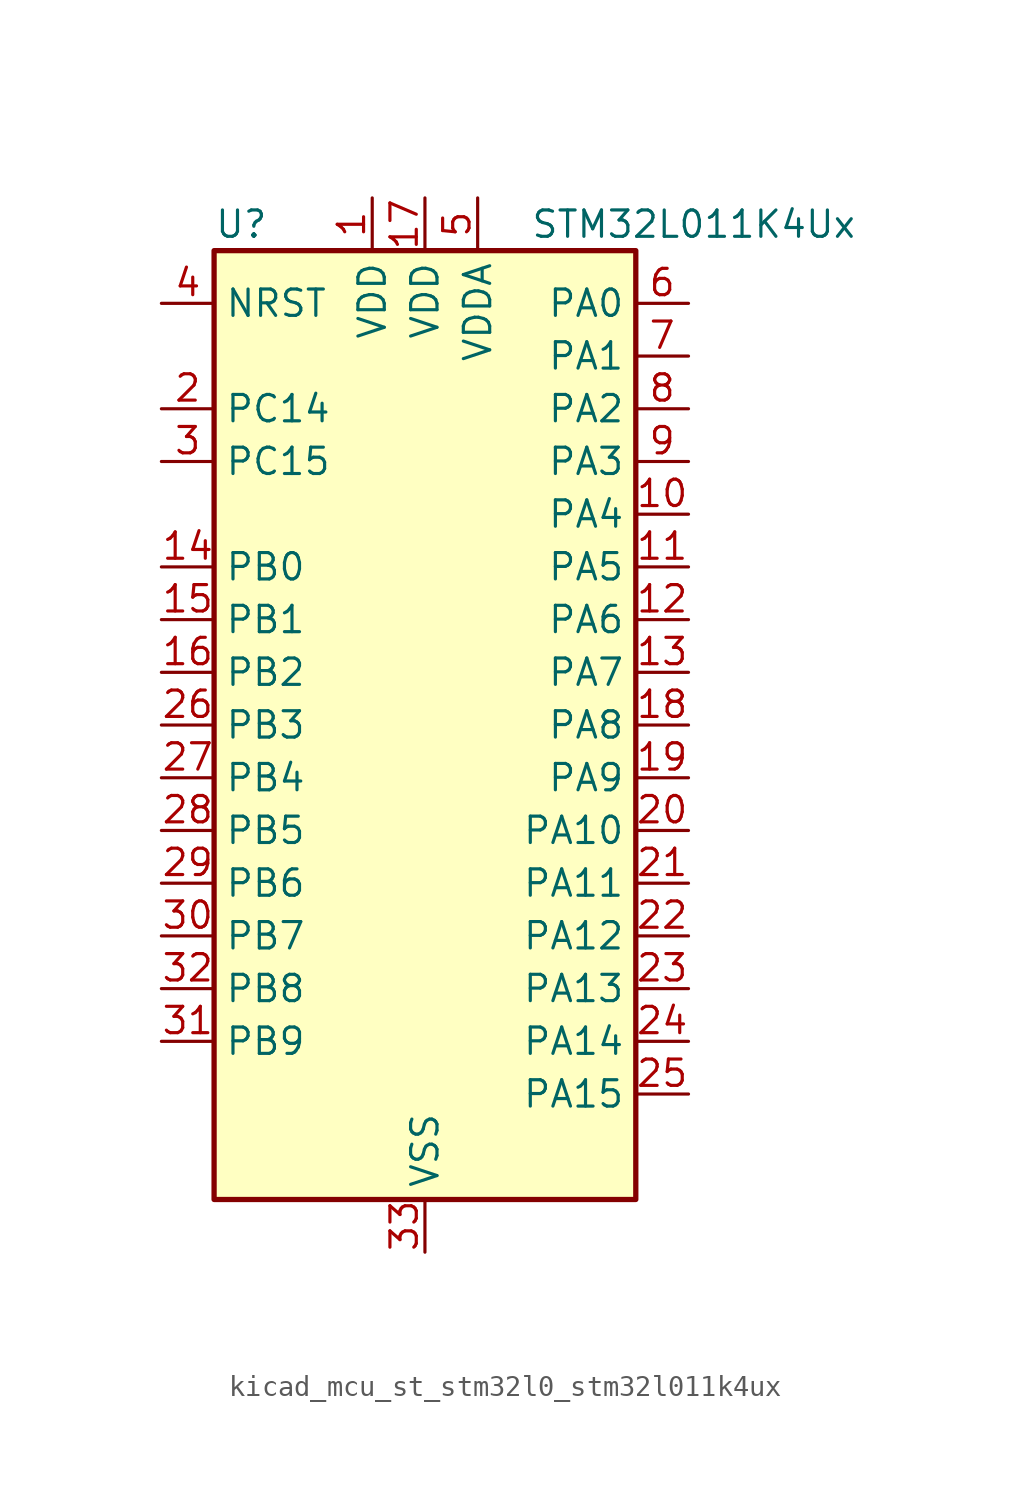
<source format=kicad_sym>
(kicad_symbol_lib
  (version 20220914)
  (generator kicad_symbol_editor)
  (symbol "kicad_mcu_st_stm32l0_stm32l011k4ux"
    (property "Reference" "U"
      (at -10.16 24.13 0)
      (effects (font (size 1.27 1.27)) (justify left)))
    (property "Value" "STM32L011K4Ux"
      (at 5.08 24.13 0)
      (effects (font (size 1.27 1.27)) (justify left)))
    (property "ki_locked" ""
      (at 0 0 0)
      (effects (font (size 1.27 1.27))))
    (symbol "kicad_mcu_st_stm32l0_stm32l011k4ux_0_1"
      (rectangle (start -10.16 -22.86) (end 10.16 22.86) (stroke (width 0.254) (type default)) (fill (type background))))
    (symbol "kicad_mcu_st_stm32l0_stm32l011k4ux_1_1"
      (pin power_in line (at -2.54 25.4 270) (length 2.54) (name "VDD" (effects (font (size 1.27 1.27)))) (number "1" (effects (font (size 1.27 1.27)))))
      (pin bidirectional line (at 12.7 10.16 180) (length 2.54) (name "PA4" (effects (font (size 1.27 1.27)))) (number "10" (effects (font (size 1.27 1.27)))) (alternate "ADC_IN4" bidirectional line) (alternate "COMP1_INM" bidirectional line) (alternate "COMP2_INM" bidirectional line) (alternate "COMP2_OUT" bidirectional line) (alternate "I2C1_SCL" bidirectional line) (alternate "LPTIM1_ETR" bidirectional line) (alternate "LPTIM1_IN1" bidirectional line) (alternate "LPUART1_TX" bidirectional line) (alternate "SPI1_NSS" bidirectional line) (alternate "TIM2_ETR" bidirectional line) (alternate "USART2_CK" bidirectional line))
      (pin bidirectional line (at 12.7 7.62 180) (length 2.54) (name "PA5" (effects (font (size 1.27 1.27)))) (number "11" (effects (font (size 1.27 1.27)))) (alternate "ADC_IN5" bidirectional line) (alternate "COMP1_INM" bidirectional line) (alternate "COMP2_INM" bidirectional line) (alternate "LPTIM1_IN2" bidirectional line) (alternate "SPI1_SCK" bidirectional line) (alternate "TIM2_CH1" bidirectional line) (alternate "TIM2_ETR" bidirectional line))
      (pin bidirectional line (at 12.7 5.08 180) (length 2.54) (name "PA6" (effects (font (size 1.27 1.27)))) (number "12" (effects (font (size 1.27 1.27)))) (alternate "ADC_IN6" bidirectional line) (alternate "COMP1_OUT" bidirectional line) (alternate "LPTIM1_ETR" bidirectional line) (alternate "LPUART1_CTS" bidirectional line) (alternate "SPI1_MISO" bidirectional line))
      (pin bidirectional line (at 12.7 2.54 180) (length 2.54) (name "PA7" (effects (font (size 1.27 1.27)))) (number "13" (effects (font (size 1.27 1.27)))) (alternate "ADC_IN7" bidirectional line) (alternate "COMP2_INP" bidirectional line) (alternate "COMP2_OUT" bidirectional line) (alternate "LPTIM1_OUT" bidirectional line) (alternate "SPI1_MOSI" bidirectional line) (alternate "TIM21_ETR" bidirectional line) (alternate "USART2_CTS" bidirectional line))
      (pin bidirectional line (at -12.7 7.62 0) (length 2.54) (name "PB0" (effects (font (size 1.27 1.27)))) (number "14" (effects (font (size 1.27 1.27)))) (alternate "ADC_IN8" bidirectional line) (alternate "SPI1_MISO" bidirectional line) (alternate "SYS_VREF_OUT_PB0" bidirectional line) (alternate "TIM2_CH2" bidirectional line) (alternate "TIM2_CH3" bidirectional line) (alternate "USART2_DE" bidirectional line) (alternate "USART2_RTS" bidirectional line))
      (pin bidirectional line (at -12.7 5.08 0) (length 2.54) (name "PB1" (effects (font (size 1.27 1.27)))) (number "15" (effects (font (size 1.27 1.27)))) (alternate "ADC_IN9" bidirectional line) (alternate "LPTIM1_IN1" bidirectional line) (alternate "LPUART1_DE" bidirectional line) (alternate "LPUART1_RTS" bidirectional line) (alternate "SPI1_MOSI" bidirectional line) (alternate "SYS_VREF_OUT_PB1" bidirectional line) (alternate "TIM2_CH4" bidirectional line) (alternate "USART2_CK" bidirectional line))
      (pin bidirectional line (at -12.7 2.54 0) (length 2.54) (name "PB2" (effects (font (size 1.27 1.27)))) (number "16" (effects (font (size 1.27 1.27)))) (alternate "LPTIM1_OUT" bidirectional line))
      (pin power_in line (at 0 25.4 270) (length 2.54) (name "VDD" (effects (font (size 1.27 1.27)))) (number "17" (effects (font (size 1.27 1.27)))))
      (pin bidirectional line (at 12.7 0 180) (length 2.54) (name "PA8" (effects (font (size 1.27 1.27)))) (number "18" (effects (font (size 1.27 1.27)))) (alternate "LPTIM1_IN1" bidirectional line) (alternate "RCC_MCO" bidirectional line) (alternate "TIM2_CH1" bidirectional line) (alternate "USART2_CK" bidirectional line))
      (pin bidirectional line (at 12.7 -2.54 180) (length 2.54) (name "PA9" (effects (font (size 1.27 1.27)))) (number "19" (effects (font (size 1.27 1.27)))) (alternate "COMP1_OUT" bidirectional line) (alternate "I2C1_SCL" bidirectional line) (alternate "LPTIM1_OUT" bidirectional line) (alternate "RCC_MCO" bidirectional line) (alternate "TIM21_CH2" bidirectional line) (alternate "USART2_TX" bidirectional line))
      (pin bidirectional line (at -12.7 15.24 0) (length 2.54) (name "PC14" (effects (font (size 1.27 1.27)))) (number "2" (effects (font (size 1.27 1.27)))) (alternate "RCC_OSC32_IN" bidirectional line))
      (pin bidirectional line (at 12.7 -5.08 180) (length 2.54) (name "PA10" (effects (font (size 1.27 1.27)))) (number "20" (effects (font (size 1.27 1.27)))) (alternate "COMP1_OUT" bidirectional line) (alternate "I2C1_SDA" bidirectional line) (alternate "RTC_REFIN" bidirectional line) (alternate "TIM21_CH1" bidirectional line) (alternate "TIM2_CH3" bidirectional line) (alternate "USART2_RX" bidirectional line))
      (pin bidirectional line (at 12.7 -7.62 180) (length 2.54) (name "PA11" (effects (font (size 1.27 1.27)))) (number "21" (effects (font (size 1.27 1.27)))) (alternate "ADC_EXTI11" bidirectional line) (alternate "COMP1_OUT" bidirectional line) (alternate "LPTIM1_OUT" bidirectional line) (alternate "SPI1_MISO" bidirectional line) (alternate "TIM21_CH2" bidirectional line) (alternate "USART2_CTS" bidirectional line))
      (pin bidirectional line (at 12.7 -10.16 180) (length 2.54) (name "PA12" (effects (font (size 1.27 1.27)))) (number "22" (effects (font (size 1.27 1.27)))) (alternate "COMP2_OUT" bidirectional line) (alternate "SPI1_MOSI" bidirectional line) (alternate "USART2_DE" bidirectional line) (alternate "USART2_RTS" bidirectional line))
      (pin bidirectional line (at 12.7 -12.7 180) (length 2.54) (name "PA13" (effects (font (size 1.27 1.27)))) (number "23" (effects (font (size 1.27 1.27)))) (alternate "COMP1_OUT" bidirectional line) (alternate "I2C1_SDA" bidirectional line) (alternate "LPTIM1_ETR" bidirectional line) (alternate "LPUART1_RX" bidirectional line) (alternate "SPI1_SCK" bidirectional line) (alternate "SYS_SWDIO" bidirectional line))
      (pin bidirectional line (at 12.7 -15.24 180) (length 2.54) (name "PA14" (effects (font (size 1.27 1.27)))) (number "24" (effects (font (size 1.27 1.27)))) (alternate "COMP2_OUT" bidirectional line) (alternate "I2C1_SMBA" bidirectional line) (alternate "LPTIM1_OUT" bidirectional line) (alternate "LPUART1_TX" bidirectional line) (alternate "SPI1_MISO" bidirectional line) (alternate "SYS_SWCLK" bidirectional line) (alternate "USART2_TX" bidirectional line))
      (pin bidirectional line (at 12.7 -17.78 180) (length 2.54) (name "PA15" (effects (font (size 1.27 1.27)))) (number "25" (effects (font (size 1.27 1.27)))) (alternate "SPI1_NSS" bidirectional line) (alternate "TIM2_CH1" bidirectional line) (alternate "TIM2_ETR" bidirectional line) (alternate "USART2_RX" bidirectional line))
      (pin bidirectional line (at -12.7 0 0) (length 2.54) (name "PB3" (effects (font (size 1.27 1.27)))) (number "26" (effects (font (size 1.27 1.27)))) (alternate "COMP2_INM" bidirectional line) (alternate "SPI1_SCK" bidirectional line) (alternate "TIM2_CH2" bidirectional line))
      (pin bidirectional line (at -12.7 -2.54 0) (length 2.54) (name "PB4" (effects (font (size 1.27 1.27)))) (number "27" (effects (font (size 1.27 1.27)))) (alternate "COMP2_INP" bidirectional line) (alternate "SPI1_MISO" bidirectional line))
      (pin bidirectional line (at -12.7 -5.08 0) (length 2.54) (name "PB5" (effects (font (size 1.27 1.27)))) (number "28" (effects (font (size 1.27 1.27)))) (alternate "COMP2_INP" bidirectional line) (alternate "I2C1_SMBA" bidirectional line) (alternate "LPTIM1_IN1" bidirectional line) (alternate "SPI1_MOSI" bidirectional line) (alternate "TIM21_CH1" bidirectional line))
      (pin bidirectional line (at -12.7 -7.62 0) (length 2.54) (name "PB6" (effects (font (size 1.27 1.27)))) (number "29" (effects (font (size 1.27 1.27)))) (alternate "COMP2_INP" bidirectional line) (alternate "I2C1_SCL" bidirectional line) (alternate "LPTIM1_ETR" bidirectional line) (alternate "LPUART1_TX" bidirectional line) (alternate "TIM2_CH3" bidirectional line) (alternate "USART2_TX" bidirectional line))
      (pin bidirectional line (at -12.7 12.7 0) (length 2.54) (name "PC15" (effects (font (size 1.27 1.27)))) (number "3" (effects (font (size 1.27 1.27)))) (alternate "RCC_OSC32_OUT" bidirectional line))
      (pin bidirectional line (at -12.7 -10.16 0) (length 2.54) (name "PB7" (effects (font (size 1.27 1.27)))) (number "30" (effects (font (size 1.27 1.27)))) (alternate "COMP2_INP" bidirectional line) (alternate "I2C1_SDA" bidirectional line) (alternate "LPTIM1_IN2" bidirectional line) (alternate "LPUART1_RX" bidirectional line) (alternate "SYS_PVD_IN" bidirectional line) (alternate "TIM2_CH4" bidirectional line) (alternate "USART2_RX" bidirectional line))
      (pin bidirectional line (at -12.7 -15.24 0) (length 2.54) (name "PB9" (effects (font (size 1.27 1.27)))) (number "31" (effects (font (size 1.27 1.27)))))
      (pin bidirectional line (at -12.7 -12.7 0) (length 2.54) (name "PB8" (effects (font (size 1.27 1.27)))) (number "32" (effects (font (size 1.27 1.27)))) (alternate "I2C1_SCL" bidirectional line) (alternate "SPI1_NSS" bidirectional line) (alternate "USART2_TX" bidirectional line))
      (pin power_in line (at 0 -25.4 90) (length 2.54) (name "VSS" (effects (font (size 1.27 1.27)))) (number "33" (effects (font (size 1.27 1.27)))))
      (pin input line (at -12.7 20.32 0) (length 2.54) (name "NRST" (effects (font (size 1.27 1.27)))) (number "4" (effects (font (size 1.27 1.27)))))
      (pin power_in line (at 2.54 25.4 270) (length 2.54) (name "VDDA" (effects (font (size 1.27 1.27)))) (number "5" (effects (font (size 1.27 1.27)))))
      (pin bidirectional line (at 12.7 20.32 180) (length 2.54) (name "PA0" (effects (font (size 1.27 1.27)))) (number "6" (effects (font (size 1.27 1.27)))) (alternate "ADC_IN0" bidirectional line) (alternate "COMP1_INM" bidirectional line) (alternate "COMP1_OUT" bidirectional line) (alternate "LPTIM1_IN1" bidirectional line) (alternate "LPUART1_RX" bidirectional line) (alternate "RCC_CK_IN" bidirectional line) (alternate "RTC_TAMP2" bidirectional line) (alternate "SYS_WKUP1" bidirectional line) (alternate "TIM2_CH1" bidirectional line) (alternate "TIM2_ETR" bidirectional line) (alternate "USART2_CTS" bidirectional line) (alternate "USART2_RX" bidirectional line))
      (pin bidirectional line (at 12.7 17.78 180) (length 2.54) (name "PA1" (effects (font (size 1.27 1.27)))) (number "7" (effects (font (size 1.27 1.27)))) (alternate "ADC_IN1" bidirectional line) (alternate "COMP1_INP" bidirectional line) (alternate "I2C1_SMBA" bidirectional line) (alternate "LPTIM1_IN2" bidirectional line) (alternate "LPUART1_TX" bidirectional line) (alternate "TIM21_ETR" bidirectional line) (alternate "TIM2_CH2" bidirectional line) (alternate "USART2_DE" bidirectional line) (alternate "USART2_RTS" bidirectional line))
      (pin bidirectional line (at 12.7 15.24 180) (length 2.54) (name "PA2" (effects (font (size 1.27 1.27)))) (number "8" (effects (font (size 1.27 1.27)))) (alternate "ADC_IN2" bidirectional line) (alternate "COMP2_INM" bidirectional line) (alternate "COMP2_OUT" bidirectional line) (alternate "LPUART1_TX" bidirectional line) (alternate "RTC_OUT_ALARM" bidirectional line) (alternate "RTC_OUT_CALIB" bidirectional line) (alternate "RTC_TAMP3" bidirectional line) (alternate "RTC_TS" bidirectional line) (alternate "SYS_WKUP3" bidirectional line) (alternate "TIM21_CH1" bidirectional line) (alternate "TIM2_CH3" bidirectional line) (alternate "USART2_TX" bidirectional line))
      (pin bidirectional line (at 12.7 12.7 180) (length 2.54) (name "PA3" (effects (font (size 1.27 1.27)))) (number "9" (effects (font (size 1.27 1.27)))) (alternate "ADC_IN3" bidirectional line) (alternate "COMP2_INP" bidirectional line) (alternate "LPUART1_RX" bidirectional line) (alternate "TIM21_CH2" bidirectional line) (alternate "TIM2_CH4" bidirectional line) (alternate "USART2_RX" bidirectional line)))))
</source>
